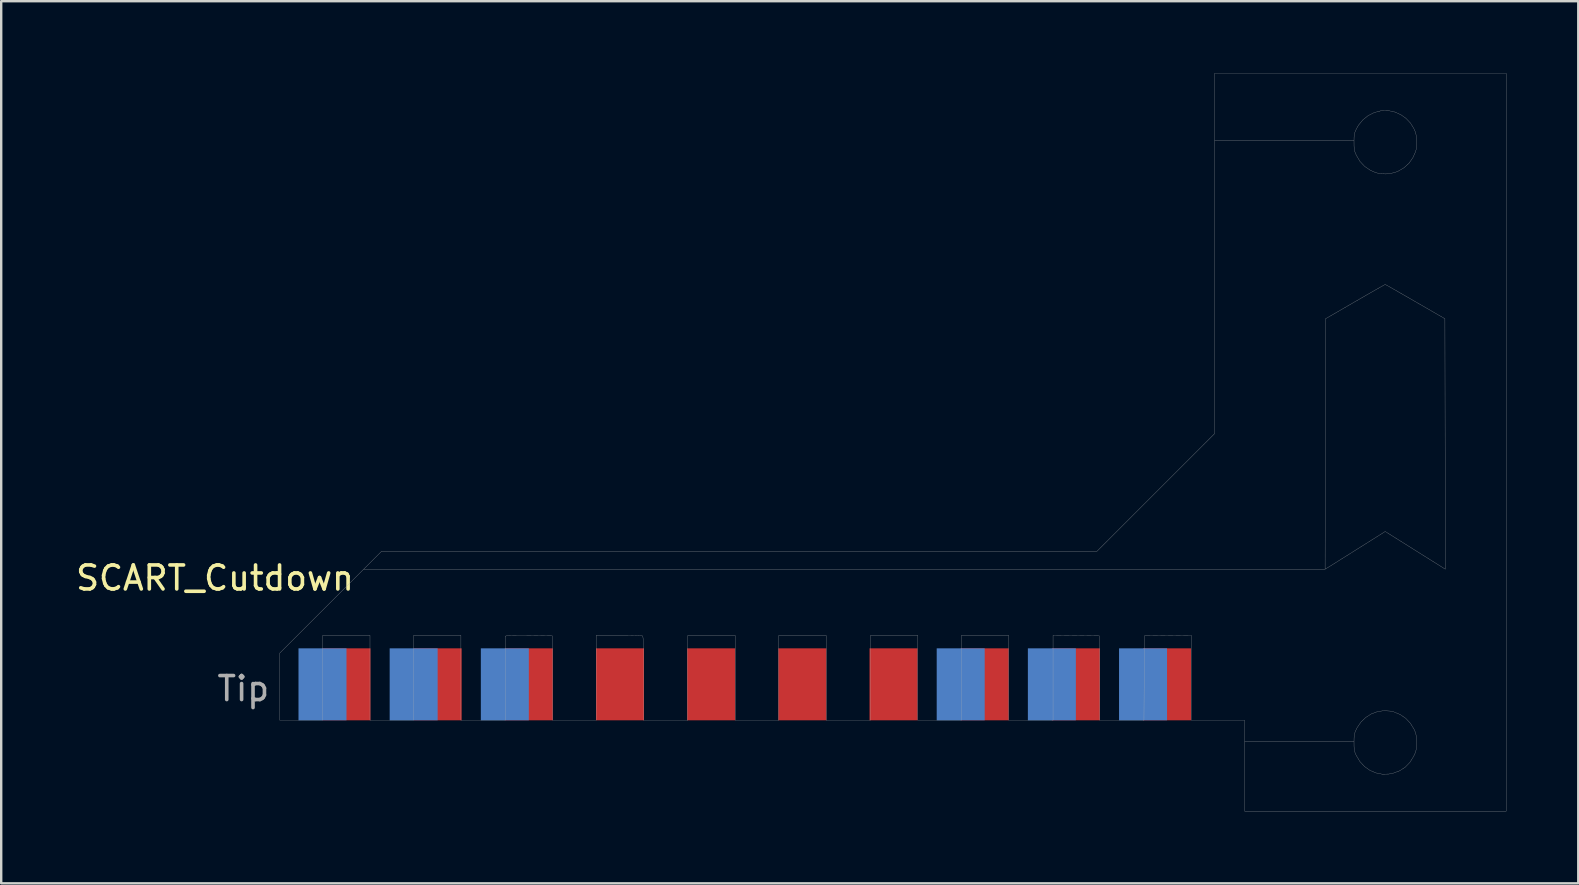
<source format=kicad_pcb>
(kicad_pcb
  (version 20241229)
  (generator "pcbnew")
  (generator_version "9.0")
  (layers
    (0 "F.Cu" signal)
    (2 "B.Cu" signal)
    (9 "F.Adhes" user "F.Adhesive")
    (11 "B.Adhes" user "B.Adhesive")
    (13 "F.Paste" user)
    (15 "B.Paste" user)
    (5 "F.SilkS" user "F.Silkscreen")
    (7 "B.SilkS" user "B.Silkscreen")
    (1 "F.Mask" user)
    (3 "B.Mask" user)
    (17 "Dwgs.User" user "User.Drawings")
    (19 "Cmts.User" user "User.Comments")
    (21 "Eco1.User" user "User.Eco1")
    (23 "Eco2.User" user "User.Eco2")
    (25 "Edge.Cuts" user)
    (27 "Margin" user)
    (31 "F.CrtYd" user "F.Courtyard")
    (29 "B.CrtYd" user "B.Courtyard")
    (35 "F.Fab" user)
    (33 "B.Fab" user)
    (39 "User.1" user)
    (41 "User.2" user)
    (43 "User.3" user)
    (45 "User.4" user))
  (footprint "SCART_Cutdown"
    (layer "F.Cu")
    (at 11.381 26.972)
    (property "Reference" "SCART_Cutdown" (at -5.47 -5.93 0) (layer "F.SilkS") (effects (font (size 1 1) (thickness 0.15))))
    (attr through_hole)
    (fp_poly (pts (xy 48.345 3.789) (xy 37.446 3.789) (xy 37.446 0.923) (xy 42.003 0.923) (xy 42.004 1.08) (xy 42.01 1.192) (xy 42.024 1.279) (xy 42.049 1.358) (xy 42.089 1.449) (xy 42.1 1.471) (xy 42.251 1.721) (xy 42.441 1.926) (xy 42.663 2.084) (xy 42.91 2.191) (xy 43.175 2.244) (xy 43.452 2.24) (xy 43.633 2.205) (xy 43.903 2.105) (xy 44.137 1.953) (xy 44.332 1.753) (xy 44.485 1.507) (xy 44.537 1.401) (xy 44.57 1.317) (xy 44.59 1.237) (xy 44.599 1.143) (xy 44.602 1.015) (xy 44.602 0.925) (xy 44.601 0.768) (xy 44.595 0.656) (xy 44.581 0.568) (xy 44.556 0.488) (xy 44.516 0.396) (xy 44.502 0.366) (xy 44.352 0.122) (xy 44.158 -0.083) (xy 43.926 -0.242) (xy 43.663 -0.35) (xy 43.509 -0.385) (xy 43.237 -0.401) (xy 42.972 -0.359) (xy 42.72 -0.264) (xy 42.492 -0.119) (xy 42.295 0.07) (xy 42.137 0.299) (xy 42.103 0.366) (xy 42.058 0.465) (xy 42.029 0.547) (xy 42.013 0.631) (xy 42.005 0.735) (xy 42.003 0.879) (xy 42.003 0.923) (xy 37.446 0.923) (xy 37.446 -0.001) (xy 35.222 -0.001) (xy 35.222 -3.541) (xy 33.265 -3.524) (xy 33.257 -1.763) (xy 33.248 -0.001) (xy 31.402 -0.001) (xy 31.394 -1.763) (xy 31.385 -3.524) (xy 30.422 -3.533) (xy 29.459 -3.541) (xy 29.459 -0.001) (xy 27.611 -0.001) (xy 27.611 -3.54) (xy 25.638 -3.54) (xy 25.638 -0.001) (xy 23.822 -0.001) (xy 23.822 -3.54) (xy 21.849 -3.54) (xy 21.849 -0.001) (xy 20.001 -0.001) (xy 20.001 -3.54) (xy 18.028 -3.54) (xy 18.028 -0.001) (xy 16.211 -0.001) (xy 16.211 -3.54) (xy 14.238 -3.54) (xy 14.238 -0.001) (xy 12.39 -0.001) (xy 12.39 -1.751) (xy 12.39 -2.13) (xy 12.39 -2.45) (xy 12.389 -2.717) (xy 12.387 -2.936) (xy 12.385 -3.111) (xy 12.381 -3.248) (xy 12.377 -3.351) (xy 12.371 -3.424) (xy 12.364 -3.473) (xy 12.356 -3.503) (xy 12.346 -3.518) (xy 12.341 -3.521) (xy 12.298 -3.526) (xy 12.201 -3.53) (xy 12.057 -3.534) (xy 11.875 -3.537) (xy 11.664 -3.539) (xy 11.431 -3.54) (xy 11.354 -3.54) (xy 10.417 -3.54) (xy 10.417 -0.001) (xy 8.601 -0.001) (xy 8.593 -1.763) (xy 8.585 -3.524) (xy 7.677 -3.533) (xy 7.441 -3.535) (xy 7.223 -3.535) (xy 7.032 -3.534) (xy 6.876 -3.532) (xy 6.763 -3.53) (xy 6.703 -3.526) (xy 6.698 -3.525) (xy 6.627 -3.507) (xy 6.627 -0.001) (xy 4.78 -0.001) (xy 4.78 -3.54) (xy 2.807 -3.54) (xy 2.807 -0.001) (xy 0.99 -0.001) (xy 0.99 -3.54) (xy -0.983 -3.54) (xy -0.983 -0.001) (xy -2.768 -0.001) (xy -2.768 -2.804) (xy 0.726 -6.298) (xy 40.797 -6.298) (xy 40.937 -6.383) (xy 40.993 -6.418) (xy 41.096 -6.482) (xy 41.24 -6.572) (xy 41.416 -6.683) (xy 41.621 -6.811) (xy 41.846 -6.953) (xy 42.085 -7.103) (xy 42.19 -7.169) (xy 43.303 -7.87) (xy 44.556 -7.084) (xy 45.808 -6.299) (xy 45.8 -11.518) (xy 45.792 -16.737) (xy 44.556 -17.451) (xy 44.302 -17.598) (xy 44.065 -17.734) (xy 43.851 -17.857) (xy 43.664 -17.964) (xy 43.51 -18.052) (xy 43.395 -18.116) (xy 43.324 -18.155) (xy 43.303 -18.166) (xy 43.273 -18.151) (xy 43.195 -18.107) (xy 43.073 -18.039) (xy 42.914 -17.948) (xy 42.722 -17.838) (xy 42.503 -17.713) (xy 42.263 -17.574) (xy 42.049 -17.451) (xy 40.813 -16.735) (xy 40.805 -11.517) (xy 40.797 -6.298) (xy 0.726 -6.298) (xy 1.476 -7.048) (xy 31.292 -7.048) (xy 33.742 -9.499) (xy 36.193 -11.949) (xy 36.193 -24.102) (xy 42.003 -24.102) (xy 42.004 -23.945) (xy 42.01 -23.833) (xy 42.024 -23.746) (xy 42.05 -23.665) (xy 42.09 -23.573) (xy 42.102 -23.547) (xy 42.252 -23.295) (xy 42.444 -23.089) (xy 42.679 -22.927) (xy 42.911 -22.825) (xy 43.107 -22.78) (xy 43.332 -22.772) (xy 43.563 -22.799) (xy 43.776 -22.859) (xy 43.839 -22.885) (xy 44.092 -23.034) (xy 44.298 -23.223) (xy 44.458 -23.453) (xy 44.555 -23.669) (xy 44.59 -23.779) (xy 44.61 -23.881) (xy 44.616 -23.997) (xy 44.613 -24.152) (xy 44.613 -24.155) (xy 44.602 -24.312) (xy 44.584 -24.432) (xy 44.552 -24.539) (xy 44.501 -24.658) (xy 44.36 -24.889) (xy 44.174 -25.085) (xy 43.955 -25.241) (xy 43.71 -25.35) (xy 43.449 -25.409) (xy 43.183 -25.412) (xy 43.121 -25.404) (xy 42.844 -25.33) (xy 42.591 -25.202) (xy 42.371 -25.025) (xy 42.19 -24.805) (xy 42.107 -24.659) (xy 42.061 -24.561) (xy 42.031 -24.481) (xy 42.013 -24.401) (xy 42.005 -24.301) (xy 42.003 -24.164) (xy 42.003 -24.102) (xy 36.193 -24.102) (xy 36.193 -26.967) (xy 48.345 -26.967) (xy 48.345 3.789)) (stroke (width 0.01) (type solid)) (fill no) (layer "F.Fab"))
    (fp_text user "Tip" (at -4.29 -1.32 0) (layer "F.Fab") (effects (font (size 1 1) (thickness 0.15))))
    (pad "1" smd rect (at 34.21 -1.5) (size 2 3) (layers "F.Cu" "F.Mask" "F.Paste"))
    (pad "2" smd rect (at 33.21 -1.5) (size 2 3) (layers "B.Cu" "B.Mask" "B.Paste"))
    (pad "3" smd rect (at 30.41 -1.5) (size 2 3) (layers "F.Cu" "F.Mask" "F.Paste"))
    (pad "4" smd rect (at 29.41 -1.5) (size 2 3) (layers "B.Cu" "B.Mask" "B.Paste"))
    (pad "5" smd rect (at 26.61 -1.5) (size 2 3) (layers "F.Cu" "F.Mask" "F.Paste"))
    (pad "6" smd rect (at 25.61 -1.5) (size 2 3) (layers "B.Cu" "B.Mask" "B.Paste"))
    (pad "7" smd rect (at 22.81 -1.5) (size 2 3) (layers "F.Cu" "F.Mask" "F.Paste"))
    (pad "9" smd rect (at 19.01 -1.5) (size 2 3) (layers "F.Cu" "F.Mask" "F.Paste"))
    (pad "11" smd rect (at 15.21 -1.5) (size 2 3) (layers "F.Cu" "F.Mask" "F.Paste"))
    (pad "13" smd rect (at 11.41 -1.5) (size 2 3) (layers "F.Cu" "F.Mask" "F.Paste"))
    (pad "15" smd rect (at 7.61 -1.5) (size 2 3) (layers "F.Cu" "F.Mask" "F.Paste"))
    (pad "16" smd rect (at 6.61 -1.5) (size 2 3) (layers "B.Cu" "B.Mask" "B.Paste"))
    (pad "17" smd rect (at 3.81 -1.5) (size 2 3) (layers "F.Cu" "F.Mask" "F.Paste"))
    (pad "18" smd rect (at 2.81 -1.5) (size 2 3) (layers "B.Cu" "B.Mask" "B.Paste"))
    (pad "19" smd rect (at 0.01 -1.5) (size 2 3) (layers "F.Cu" "F.Mask" "F.Paste"))
    (pad "20" smd rect (at -0.99 -1.5) (size 2 3) (layers "B.Cu" "B.Mask" "B.Paste")))
  (gr_rect
    (start -3 -3)
    (end 62.731 33.766)
    (stroke (width 0.1) (type default))
    (fill no)
    (layer "Edge.Cuts")))
</source>
